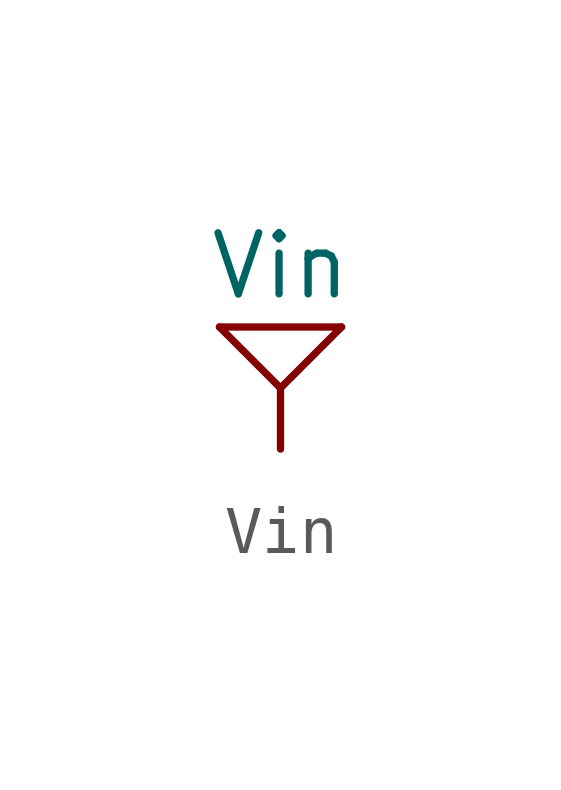
<source format=kicad_sym>
(kicad_symbol_lib
  (version 20211014)
  (generator kicad_symbol_editor)
  (symbol "Vin"
    (power)
    (pin_names
      (offset 0))
    (property "Reference" "#PWR"
      (at 0 -2.54 0)
      (effects (font (size 1.27 1.27)) hide))
    (property "Value" "Vin"
      (at 0 3.81 0)
      (effects (font (size 1.27 1.27))))
    (symbol "Vin_0_1"
      (rectangle (start -1.27 2.54) (end 1.27 2.54) (stroke (width 0) (type default) (color 0 0 0 0)) (fill (type none)))
      (polyline (pts (xy -1.27 2.54) (xy 0 1.27)) (stroke (width 0) (type default) (color 0 0 0 0)) (fill (type none)))
      (polyline (pts (xy 0 0) (xy 0 1.27)) (stroke (width 0) (type default) (color 0 0 0 0)) (fill (type none)))
      (polyline (pts (xy 0 1.27) (xy 1.27 2.54)) (stroke (width 0) (type default) (color 0 0 0 0)) (fill (type none))))
    (symbol "Vin_1_1"
      (pin power_in line (at 0 0 180) (length 0) hide (name "Vin" (effects (font (size 1.27 1.27)))) (number "1" (effects (font (size 1.27 1.27))))))))
</source>
